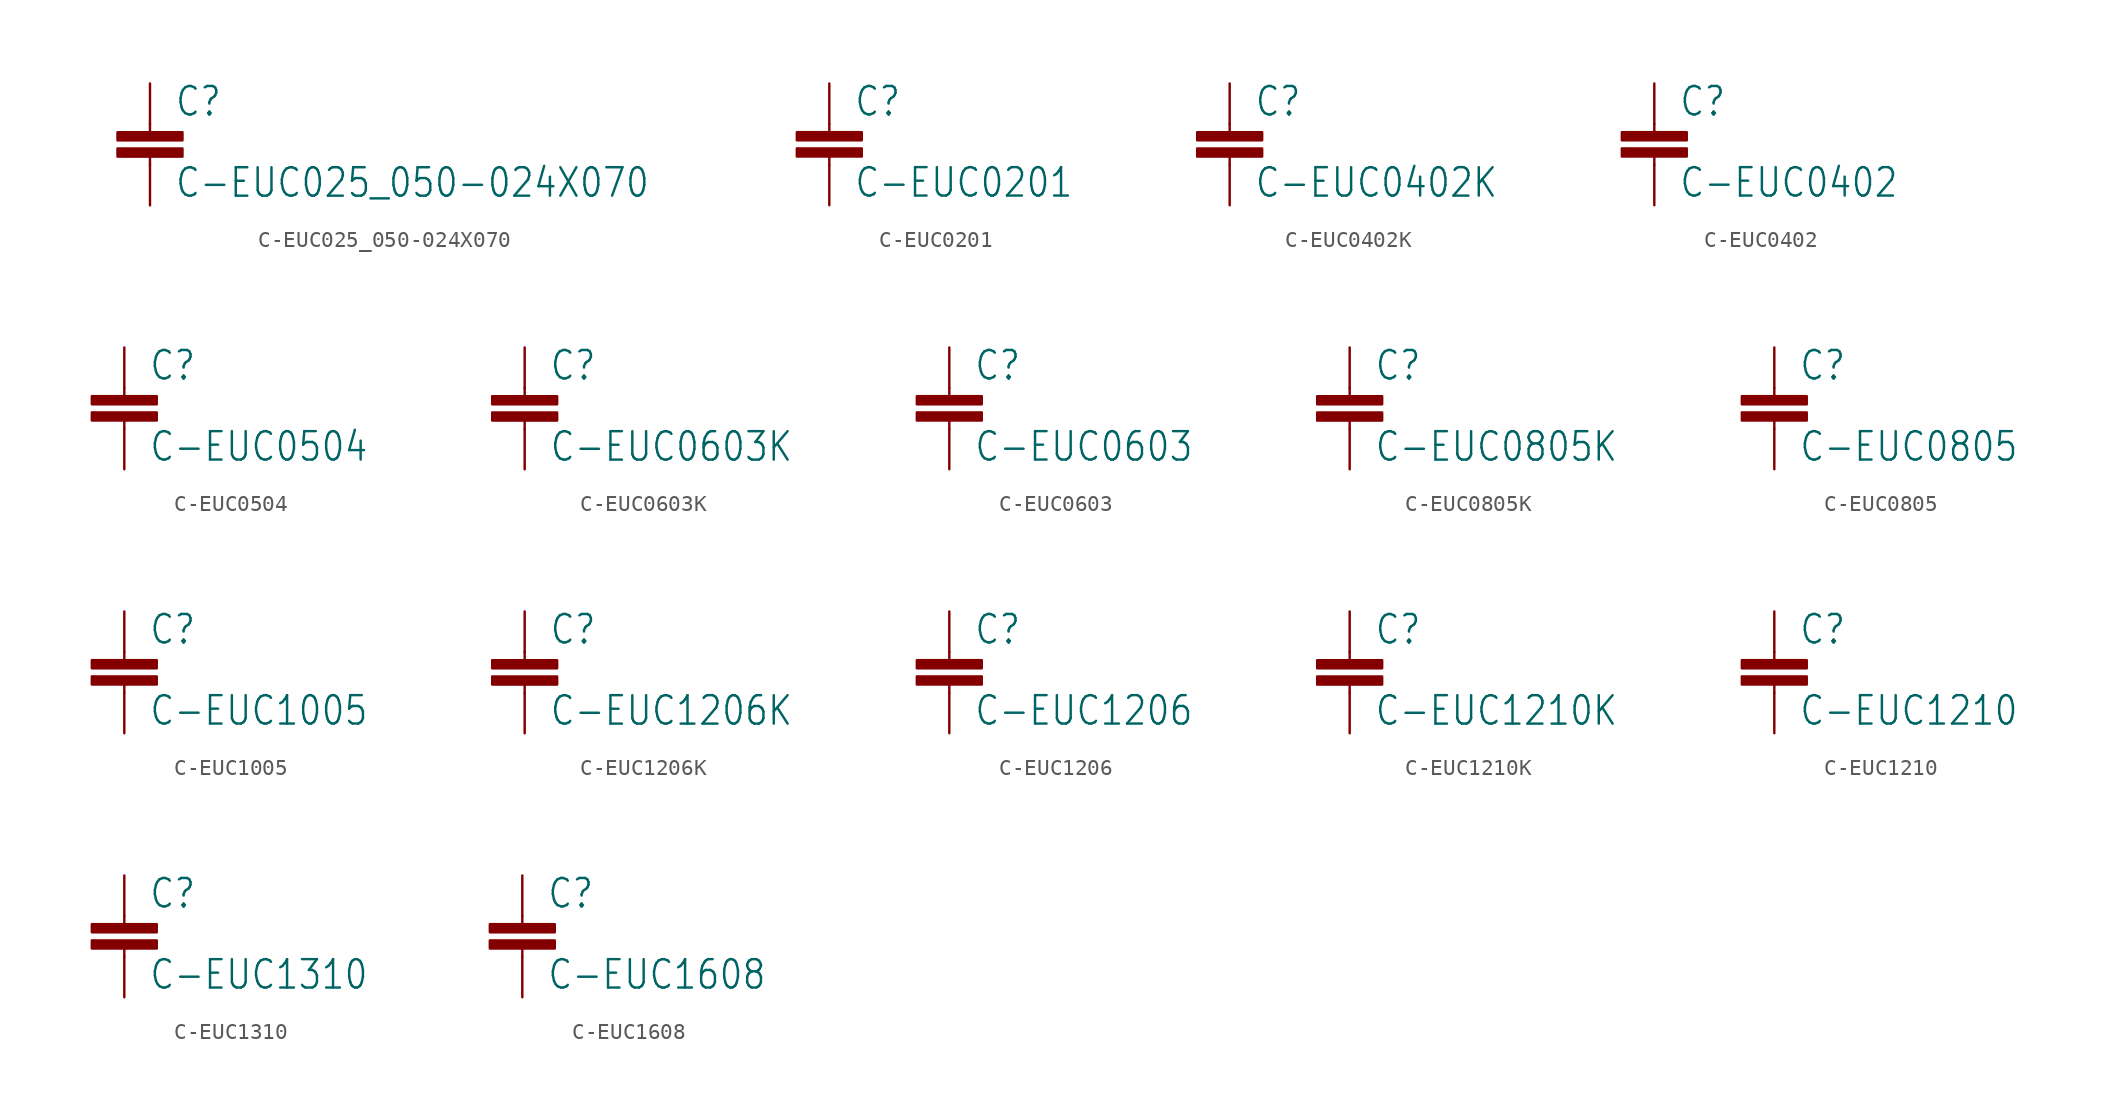
<source format=kicad_sym>
(kicad_symbol_lib
  (version 20220331)
  (generator kicad_symbol_editor)
  (symbol "C-EUC025_050-024X070"
    (property "Reference" "C"
      (at 1.524 0.381 0)
      (effects (font (size 1.778 1.511)) (justify left bottom)))
    (property "Value" "C-EUC025_050-024X070"
      (at 1.524 -4.699 0)
      (effects (font (size 1.778 1.511)) (justify left bottom)))
    (property "ki_locked" ""
      (at 0 0 0)
      (effects (font (size 1.27 1.27))))
    (symbol "C-EUC025_050-024X070_1_0"
      (rectangle (start -2.032 -2.032) (end 2.032 -1.524) (stroke (width 0) (type default)) (fill (type outline)))
      (rectangle (start -2.032 -1.016) (end 2.032 -0.508) (stroke (width 0) (type default)) (fill (type outline)))
      (polyline (pts (xy 0 -2.54) (xy 0 -2.032)) (stroke (width 0.152) (type solid)) (fill (type none)))
      (polyline (pts (xy 0 0) (xy 0 -0.508)) (stroke (width 0.152) (type solid)) (fill (type none)))
      (pin passive line (at 0 2.54 270) (length 2.54) (name "1" (effects (font (size 0 0)))) (number "1" (effects (font (size 0 0)))))
      (pin passive line (at 0 -5.08 90) (length 2.54) (name "2" (effects (font (size 0 0)))) (number "2" (effects (font (size 0 0)))))))
  (symbol "C-EUC0201"
    (property "Reference" "C"
      (at 1.524 0.381 0)
      (effects (font (size 1.778 1.511)) (justify left bottom)))
    (property "Value" "C-EUC0201"
      (at 1.524 -4.699 0)
      (effects (font (size 1.778 1.511)) (justify left bottom)))
    (property "ki_locked" ""
      (at 0 0 0)
      (effects (font (size 1.27 1.27))))
    (symbol "C-EUC0201_1_0"
      (rectangle (start -2.032 -2.032) (end 2.032 -1.524) (stroke (width 0) (type default)) (fill (type outline)))
      (rectangle (start -2.032 -1.016) (end 2.032 -0.508) (stroke (width 0) (type default)) (fill (type outline)))
      (polyline (pts (xy 0 -2.54) (xy 0 -2.032)) (stroke (width 0.152) (type solid)) (fill (type none)))
      (polyline (pts (xy 0 0) (xy 0 -0.508)) (stroke (width 0.152) (type solid)) (fill (type none)))
      (pin passive line (at 0 2.54 270) (length 2.54) (name "1" (effects (font (size 0 0)))) (number "1" (effects (font (size 0 0)))))
      (pin passive line (at 0 -5.08 90) (length 2.54) (name "2" (effects (font (size 0 0)))) (number "2" (effects (font (size 0 0)))))))
  (symbol "C-EUC0402K"
    (property "Reference" "C"
      (at 1.524 0.381 0)
      (effects (font (size 1.778 1.511)) (justify left bottom)))
    (property "Value" "C-EUC0402K"
      (at 1.524 -4.699 0)
      (effects (font (size 1.778 1.511)) (justify left bottom)))
    (property "ki_locked" ""
      (at 0 0 0)
      (effects (font (size 1.27 1.27))))
    (symbol "C-EUC0402K_1_0"
      (rectangle (start -2.032 -2.032) (end 2.032 -1.524) (stroke (width 0) (type default)) (fill (type outline)))
      (rectangle (start -2.032 -1.016) (end 2.032 -0.508) (stroke (width 0) (type default)) (fill (type outline)))
      (polyline (pts (xy 0 -2.54) (xy 0 -2.032)) (stroke (width 0.152) (type solid)) (fill (type none)))
      (polyline (pts (xy 0 0) (xy 0 -0.508)) (stroke (width 0.152) (type solid)) (fill (type none)))
      (pin passive line (at 0 2.54 270) (length 2.54) (name "1" (effects (font (size 0 0)))) (number "1" (effects (font (size 0 0)))))
      (pin passive line (at 0 -5.08 90) (length 2.54) (name "2" (effects (font (size 0 0)))) (number "2" (effects (font (size 0 0)))))))
  (symbol "C-EUC0402"
    (property "Reference" "C"
      (at 1.524 0.381 0)
      (effects (font (size 1.778 1.511)) (justify left bottom)))
    (property "Value" "C-EUC0402"
      (at 1.524 -4.699 0)
      (effects (font (size 1.778 1.511)) (justify left bottom)))
    (property "ki_locked" ""
      (at 0 0 0)
      (effects (font (size 1.27 1.27))))
    (symbol "C-EUC0402_1_0"
      (rectangle (start -2.032 -2.032) (end 2.032 -1.524) (stroke (width 0) (type default)) (fill (type outline)))
      (rectangle (start -2.032 -1.016) (end 2.032 -0.508) (stroke (width 0) (type default)) (fill (type outline)))
      (polyline (pts (xy 0 -2.54) (xy 0 -2.032)) (stroke (width 0.152) (type solid)) (fill (type none)))
      (polyline (pts (xy 0 0) (xy 0 -0.508)) (stroke (width 0.152) (type solid)) (fill (type none)))
      (pin passive line (at 0 2.54 270) (length 2.54) (name "1" (effects (font (size 0 0)))) (number "1" (effects (font (size 0 0)))))
      (pin passive line (at 0 -5.08 90) (length 2.54) (name "2" (effects (font (size 0 0)))) (number "2" (effects (font (size 0 0)))))))
  (symbol "C-EUC0504"
    (property "Reference" "C"
      (at 1.524 0.381 0)
      (effects (font (size 1.778 1.511)) (justify left bottom)))
    (property "Value" "C-EUC0504"
      (at 1.524 -4.699 0)
      (effects (font (size 1.778 1.511)) (justify left bottom)))
    (property "ki_locked" ""
      (at 0 0 0)
      (effects (font (size 1.27 1.27))))
    (symbol "C-EUC0504_1_0"
      (rectangle (start -2.032 -2.032) (end 2.032 -1.524) (stroke (width 0) (type default)) (fill (type outline)))
      (rectangle (start -2.032 -1.016) (end 2.032 -0.508) (stroke (width 0) (type default)) (fill (type outline)))
      (polyline (pts (xy 0 -2.54) (xy 0 -2.032)) (stroke (width 0.152) (type solid)) (fill (type none)))
      (polyline (pts (xy 0 0) (xy 0 -0.508)) (stroke (width 0.152) (type solid)) (fill (type none)))
      (pin passive line (at 0 2.54 270) (length 2.54) (name "1" (effects (font (size 0 0)))) (number "1" (effects (font (size 0 0)))))
      (pin passive line (at 0 -5.08 90) (length 2.54) (name "2" (effects (font (size 0 0)))) (number "2" (effects (font (size 0 0)))))))
  (symbol "C-EUC0603K"
    (property "Reference" "C"
      (at 1.524 0.381 0)
      (effects (font (size 1.778 1.511)) (justify left bottom)))
    (property "Value" "C-EUC0603K"
      (at 1.524 -4.699 0)
      (effects (font (size 1.778 1.511)) (justify left bottom)))
    (property "ki_locked" ""
      (at 0 0 0)
      (effects (font (size 1.27 1.27))))
    (symbol "C-EUC0603K_1_0"
      (rectangle (start -2.032 -2.032) (end 2.032 -1.524) (stroke (width 0) (type default)) (fill (type outline)))
      (rectangle (start -2.032 -1.016) (end 2.032 -0.508) (stroke (width 0) (type default)) (fill (type outline)))
      (polyline (pts (xy 0 -2.54) (xy 0 -2.032)) (stroke (width 0.152) (type solid)) (fill (type none)))
      (polyline (pts (xy 0 0) (xy 0 -0.508)) (stroke (width 0.152) (type solid)) (fill (type none)))
      (pin passive line (at 0 2.54 270) (length 2.54) (name "1" (effects (font (size 0 0)))) (number "1" (effects (font (size 0 0)))))
      (pin passive line (at 0 -5.08 90) (length 2.54) (name "2" (effects (font (size 0 0)))) (number "2" (effects (font (size 0 0)))))))
  (symbol "C-EUC0603"
    (property "Reference" "C"
      (at 1.524 0.381 0)
      (effects (font (size 1.778 1.511)) (justify left bottom)))
    (property "Value" "C-EUC0603"
      (at 1.524 -4.699 0)
      (effects (font (size 1.778 1.511)) (justify left bottom)))
    (property "ki_locked" ""
      (at 0 0 0)
      (effects (font (size 1.27 1.27))))
    (symbol "C-EUC0603_1_0"
      (rectangle (start -2.032 -2.032) (end 2.032 -1.524) (stroke (width 0) (type default)) (fill (type outline)))
      (rectangle (start -2.032 -1.016) (end 2.032 -0.508) (stroke (width 0) (type default)) (fill (type outline)))
      (polyline (pts (xy 0 -2.54) (xy 0 -2.032)) (stroke (width 0.152) (type solid)) (fill (type none)))
      (polyline (pts (xy 0 0) (xy 0 -0.508)) (stroke (width 0.152) (type solid)) (fill (type none)))
      (pin passive line (at 0 2.54 270) (length 2.54) (name "1" (effects (font (size 0 0)))) (number "1" (effects (font (size 0 0)))))
      (pin passive line (at 0 -5.08 90) (length 2.54) (name "2" (effects (font (size 0 0)))) (number "2" (effects (font (size 0 0)))))))
  (symbol "C-EUC0805K"
    (property "Reference" "C"
      (at 1.524 0.381 0)
      (effects (font (size 1.778 1.511)) (justify left bottom)))
    (property "Value" "C-EUC0805K"
      (at 1.524 -4.699 0)
      (effects (font (size 1.778 1.511)) (justify left bottom)))
    (property "ki_locked" ""
      (at 0 0 0)
      (effects (font (size 1.27 1.27))))
    (symbol "C-EUC0805K_1_0"
      (rectangle (start -2.032 -2.032) (end 2.032 -1.524) (stroke (width 0) (type default)) (fill (type outline)))
      (rectangle (start -2.032 -1.016) (end 2.032 -0.508) (stroke (width 0) (type default)) (fill (type outline)))
      (polyline (pts (xy 0 -2.54) (xy 0 -2.032)) (stroke (width 0.152) (type solid)) (fill (type none)))
      (polyline (pts (xy 0 0) (xy 0 -0.508)) (stroke (width 0.152) (type solid)) (fill (type none)))
      (pin passive line (at 0 2.54 270) (length 2.54) (name "1" (effects (font (size 0 0)))) (number "1" (effects (font (size 0 0)))))
      (pin passive line (at 0 -5.08 90) (length 2.54) (name "2" (effects (font (size 0 0)))) (number "2" (effects (font (size 0 0)))))))
  (symbol "C-EUC0805"
    (property "Reference" "C"
      (at 1.524 0.381 0)
      (effects (font (size 1.778 1.511)) (justify left bottom)))
    (property "Value" "C-EUC0805"
      (at 1.524 -4.699 0)
      (effects (font (size 1.778 1.511)) (justify left bottom)))
    (property "ki_locked" ""
      (at 0 0 0)
      (effects (font (size 1.27 1.27))))
    (symbol "C-EUC0805_1_0"
      (rectangle (start -2.032 -2.032) (end 2.032 -1.524) (stroke (width 0) (type default)) (fill (type outline)))
      (rectangle (start -2.032 -1.016) (end 2.032 -0.508) (stroke (width 0) (type default)) (fill (type outline)))
      (polyline (pts (xy 0 -2.54) (xy 0 -2.032)) (stroke (width 0.152) (type solid)) (fill (type none)))
      (polyline (pts (xy 0 0) (xy 0 -0.508)) (stroke (width 0.152) (type solid)) (fill (type none)))
      (pin passive line (at 0 2.54 270) (length 2.54) (name "1" (effects (font (size 0 0)))) (number "1" (effects (font (size 0 0)))))
      (pin passive line (at 0 -5.08 90) (length 2.54) (name "2" (effects (font (size 0 0)))) (number "2" (effects (font (size 0 0)))))))
  (symbol "C-EUC1005"
    (property "Reference" "C"
      (at 1.524 0.381 0)
      (effects (font (size 1.778 1.511)) (justify left bottom)))
    (property "Value" "C-EUC1005"
      (at 1.524 -4.699 0)
      (effects (font (size 1.778 1.511)) (justify left bottom)))
    (property "ki_locked" ""
      (at 0 0 0)
      (effects (font (size 1.27 1.27))))
    (symbol "C-EUC1005_1_0"
      (rectangle (start -2.032 -2.032) (end 2.032 -1.524) (stroke (width 0) (type default)) (fill (type outline)))
      (rectangle (start -2.032 -1.016) (end 2.032 -0.508) (stroke (width 0) (type default)) (fill (type outline)))
      (polyline (pts (xy 0 -2.54) (xy 0 -2.032)) (stroke (width 0.152) (type solid)) (fill (type none)))
      (polyline (pts (xy 0 0) (xy 0 -0.508)) (stroke (width 0.152) (type solid)) (fill (type none)))
      (pin passive line (at 0 2.54 270) (length 2.54) (name "1" (effects (font (size 0 0)))) (number "1" (effects (font (size 0 0)))))
      (pin passive line (at 0 -5.08 90) (length 2.54) (name "2" (effects (font (size 0 0)))) (number "2" (effects (font (size 0 0)))))))
  (symbol "C-EUC1206K"
    (property "Reference" "C"
      (at 1.524 0.381 0)
      (effects (font (size 1.778 1.511)) (justify left bottom)))
    (property "Value" "C-EUC1206K"
      (at 1.524 -4.699 0)
      (effects (font (size 1.778 1.511)) (justify left bottom)))
    (property "ki_locked" ""
      (at 0 0 0)
      (effects (font (size 1.27 1.27))))
    (symbol "C-EUC1206K_1_0"
      (rectangle (start -2.032 -2.032) (end 2.032 -1.524) (stroke (width 0) (type default)) (fill (type outline)))
      (rectangle (start -2.032 -1.016) (end 2.032 -0.508) (stroke (width 0) (type default)) (fill (type outline)))
      (polyline (pts (xy 0 -2.54) (xy 0 -2.032)) (stroke (width 0.152) (type solid)) (fill (type none)))
      (polyline (pts (xy 0 0) (xy 0 -0.508)) (stroke (width 0.152) (type solid)) (fill (type none)))
      (pin passive line (at 0 2.54 270) (length 2.54) (name "1" (effects (font (size 0 0)))) (number "1" (effects (font (size 0 0)))))
      (pin passive line (at 0 -5.08 90) (length 2.54) (name "2" (effects (font (size 0 0)))) (number "2" (effects (font (size 0 0)))))))
  (symbol "C-EUC1206"
    (property "Reference" "C"
      (at 1.524 0.381 0)
      (effects (font (size 1.778 1.511)) (justify left bottom)))
    (property "Value" "C-EUC1206"
      (at 1.524 -4.699 0)
      (effects (font (size 1.778 1.511)) (justify left bottom)))
    (property "ki_locked" ""
      (at 0 0 0)
      (effects (font (size 1.27 1.27))))
    (symbol "C-EUC1206_1_0"
      (rectangle (start -2.032 -2.032) (end 2.032 -1.524) (stroke (width 0) (type default)) (fill (type outline)))
      (rectangle (start -2.032 -1.016) (end 2.032 -0.508) (stroke (width 0) (type default)) (fill (type outline)))
      (polyline (pts (xy 0 -2.54) (xy 0 -2.032)) (stroke (width 0.152) (type solid)) (fill (type none)))
      (polyline (pts (xy 0 0) (xy 0 -0.508)) (stroke (width 0.152) (type solid)) (fill (type none)))
      (pin passive line (at 0 2.54 270) (length 2.54) (name "1" (effects (font (size 0 0)))) (number "1" (effects (font (size 0 0)))))
      (pin passive line (at 0 -5.08 90) (length 2.54) (name "2" (effects (font (size 0 0)))) (number "2" (effects (font (size 0 0)))))))
  (symbol "C-EUC1210K"
    (property "Reference" "C"
      (at 1.524 0.381 0)
      (effects (font (size 1.778 1.511)) (justify left bottom)))
    (property "Value" "C-EUC1210K"
      (at 1.524 -4.699 0)
      (effects (font (size 1.778 1.511)) (justify left bottom)))
    (property "ki_locked" ""
      (at 0 0 0)
      (effects (font (size 1.27 1.27))))
    (symbol "C-EUC1210K_1_0"
      (rectangle (start -2.032 -2.032) (end 2.032 -1.524) (stroke (width 0) (type default)) (fill (type outline)))
      (rectangle (start -2.032 -1.016) (end 2.032 -0.508) (stroke (width 0) (type default)) (fill (type outline)))
      (polyline (pts (xy 0 -2.54) (xy 0 -2.032)) (stroke (width 0.152) (type solid)) (fill (type none)))
      (polyline (pts (xy 0 0) (xy 0 -0.508)) (stroke (width 0.152) (type solid)) (fill (type none)))
      (pin passive line (at 0 2.54 270) (length 2.54) (name "1" (effects (font (size 0 0)))) (number "1" (effects (font (size 0 0)))))
      (pin passive line (at 0 -5.08 90) (length 2.54) (name "2" (effects (font (size 0 0)))) (number "2" (effects (font (size 0 0)))))))
  (symbol "C-EUC1210"
    (property "Reference" "C"
      (at 1.524 0.381 0)
      (effects (font (size 1.778 1.511)) (justify left bottom)))
    (property "Value" "C-EUC1210"
      (at 1.524 -4.699 0)
      (effects (font (size 1.778 1.511)) (justify left bottom)))
    (property "ki_locked" ""
      (at 0 0 0)
      (effects (font (size 1.27 1.27))))
    (symbol "C-EUC1210_1_0"
      (rectangle (start -2.032 -2.032) (end 2.032 -1.524) (stroke (width 0) (type default)) (fill (type outline)))
      (rectangle (start -2.032 -1.016) (end 2.032 -0.508) (stroke (width 0) (type default)) (fill (type outline)))
      (polyline (pts (xy 0 -2.54) (xy 0 -2.032)) (stroke (width 0.152) (type solid)) (fill (type none)))
      (polyline (pts (xy 0 0) (xy 0 -0.508)) (stroke (width 0.152) (type solid)) (fill (type none)))
      (pin passive line (at 0 2.54 270) (length 2.54) (name "1" (effects (font (size 0 0)))) (number "1" (effects (font (size 0 0)))))
      (pin passive line (at 0 -5.08 90) (length 2.54) (name "2" (effects (font (size 0 0)))) (number "2" (effects (font (size 0 0)))))))
  (symbol "C-EUC1310"
    (property "Reference" "C"
      (at 1.524 0.381 0)
      (effects (font (size 1.778 1.511)) (justify left bottom)))
    (property "Value" "C-EUC1310"
      (at 1.524 -4.699 0)
      (effects (font (size 1.778 1.511)) (justify left bottom)))
    (property "ki_locked" ""
      (at 0 0 0)
      (effects (font (size 1.27 1.27))))
    (symbol "C-EUC1310_1_0"
      (rectangle (start -2.032 -2.032) (end 2.032 -1.524) (stroke (width 0) (type default)) (fill (type outline)))
      (rectangle (start -2.032 -1.016) (end 2.032 -0.508) (stroke (width 0) (type default)) (fill (type outline)))
      (polyline (pts (xy 0 -2.54) (xy 0 -2.032)) (stroke (width 0.152) (type solid)) (fill (type none)))
      (polyline (pts (xy 0 0) (xy 0 -0.508)) (stroke (width 0.152) (type solid)) (fill (type none)))
      (pin passive line (at 0 2.54 270) (length 2.54) (name "1" (effects (font (size 0 0)))) (number "1" (effects (font (size 0 0)))))
      (pin passive line (at 0 -5.08 90) (length 2.54) (name "2" (effects (font (size 0 0)))) (number "2" (effects (font (size 0 0)))))))
  (symbol "C-EUC1608"
    (property "Reference" "C"
      (at 1.524 0.381 0)
      (effects (font (size 1.778 1.511)) (justify left bottom)))
    (property "Value" "C-EUC1608"
      (at 1.524 -4.699 0)
      (effects (font (size 1.778 1.511)) (justify left bottom)))
    (property "ki_locked" ""
      (at 0 0 0)
      (effects (font (size 1.27 1.27))))
    (symbol "C-EUC1608_1_0"
      (rectangle (start -2.032 -2.032) (end 2.032 -1.524) (stroke (width 0) (type default)) (fill (type outline)))
      (rectangle (start -2.032 -1.016) (end 2.032 -0.508) (stroke (width 0) (type default)) (fill (type outline)))
      (polyline (pts (xy 0 -2.54) (xy 0 -2.032)) (stroke (width 0.152) (type solid)) (fill (type none)))
      (polyline (pts (xy 0 0) (xy 0 -0.508)) (stroke (width 0.152) (type solid)) (fill (type none)))
      (pin passive line (at 0 2.54 270) (length 2.54) (name "1" (effects (font (size 0 0)))) (number "1" (effects (font (size 0 0)))))
      (pin passive line (at 0 -5.08 90) (length 2.54) (name "2" (effects (font (size 0 0)))) (number "2" (effects (font (size 0 0))))))))
</source>
